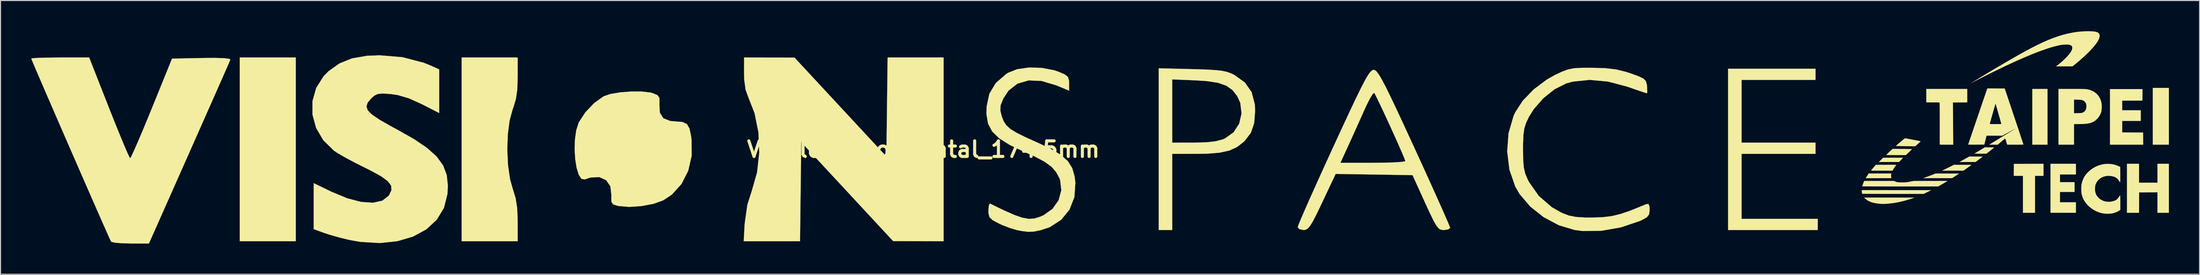
<source format=kicad_pcb>
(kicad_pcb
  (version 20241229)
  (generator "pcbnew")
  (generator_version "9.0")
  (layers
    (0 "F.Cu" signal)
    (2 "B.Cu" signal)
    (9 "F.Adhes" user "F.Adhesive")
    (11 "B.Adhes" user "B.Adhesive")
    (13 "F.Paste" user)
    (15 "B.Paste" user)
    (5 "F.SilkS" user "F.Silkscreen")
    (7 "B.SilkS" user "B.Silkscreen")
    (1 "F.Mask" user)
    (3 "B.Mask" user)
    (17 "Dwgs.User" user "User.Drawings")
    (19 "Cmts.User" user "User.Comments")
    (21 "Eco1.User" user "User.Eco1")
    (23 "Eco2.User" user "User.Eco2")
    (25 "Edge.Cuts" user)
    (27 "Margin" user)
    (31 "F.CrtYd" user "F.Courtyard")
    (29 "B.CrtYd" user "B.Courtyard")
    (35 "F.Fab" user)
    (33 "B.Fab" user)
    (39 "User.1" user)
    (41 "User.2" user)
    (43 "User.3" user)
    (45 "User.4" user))
  (footprint "VST_logo_horizontal_174.5mm"
    (layer "F.Cu")
    (at 87.153 11.548)
    (property "Reference" "VST_logo_horizontal_174.5mm" (at 0 0 0) (layer "F.SilkS") (effects (font (size 1.524 1.524) (thickness 0.3))))
    (attr through_hole)
    (fp_poly (pts (xy 102.328 -6.46) (xy 102.32 -6.452) (xy 102.311 -6.46) (xy 102.32 -6.469)) (stroke (width 0) (type solid)) (fill yes) (layer "F.SilkS"))
    (fp_poly (pts (xy -61.31 8.978) (xy -66.784 8.978) (xy -66.784 -8.978) (xy -61.31 -8.978) (xy -61.31 8.978)) (stroke (width 0.01) (type solid)) (fill yes) (layer "F.SilkS"))
    (fp_poly (pts (xy 95.51 1.024) (xy 95.309 1.235) (xy 94.319 1.235) (xy 93.328 1.236) (xy 93.541 1.024) (xy 93.754 0.813) (xy 94.732 0.813) (xy 95.71 0.813)) (stroke (width 0) (type solid)) (fill yes) (layer "F.SilkS"))
    (fp_poly (pts (xy 109.813 -3.183) (xy 109.813 -0.457) (xy 109.068 -0.457) (xy 108.323 -0.457) (xy 108.323 -3.183) (xy 108.323 -5.91) (xy 109.068 -5.91) (xy 109.813 -5.91)) (stroke (width 0) (type solid)) (fill yes) (layer "F.SilkS"))
    (fp_poly (pts (xy 121.666 -3.234) (xy 121.666 -0.457) (xy 120.879 -0.457) (xy 120.091 -0.457) (xy 120.091 -3.234) (xy 120.091 -6.011) (xy 120.879 -6.011) (xy 121.666 -6.011)) (stroke (width 0) (type solid)) (fill yes) (layer "F.SilkS"))
    (fp_poly (pts (xy 87.148 -6.788) (xy 79.922 -6.788) (xy 79.922 -0.657) (xy 87.148 -0.657) (xy 87.148 0.438) (xy 79.922 0.438) (xy 79.922 6.788) (xy 87.367 6.788) (xy 87.367 7.883) (xy 78.609 7.883) (xy 78.609 -7.883) (xy 87.148 -7.883) (xy 87.148 -6.788)) (stroke (width 0.01) (type solid)) (fill yes) (layer "F.SilkS"))
    (fp_poly (pts (xy 102.831 0.698) (xy 103.487 0.703) (xy 103.134 0.969) (xy 102.781 1.236) (xy 101.992 1.236) (xy 101.202 1.235) (xy 101.287 1.188) (xy 101.324 1.166) (xy 101.387 1.132) (xy 101.469 1.086) (xy 101.565 1.032) (xy 101.672 0.973) (xy 101.773 0.917) (xy 102.175 0.694)) (stroke (width 0) (type solid)) (fill yes) (layer "F.SilkS"))
    (fp_poly (pts (xy 109.423 1.998) (xy 109.423 2.591) (xy 109.008 2.591) (xy 108.593 2.591) (xy 108.593 4.394) (xy 108.593 6.198) (xy 108.001 6.198) (xy 107.408 6.198) (xy 107.408 4.394) (xy 107.408 2.591) (xy 106.959 2.591) (xy 106.51 2.591) (xy 106.515 2.002) (xy 106.519 1.414) (xy 107.971 1.41) (xy 109.423 1.405)) (stroke (width 0) (type solid)) (fill yes) (layer "F.SilkS"))
    (fp_poly (pts (xy -39.633 -7.062) (xy -39.671 -5.869) (xy -39.803 -4.939) (xy -40.054 -4.099) (xy -40.116 -3.941) (xy -40.419 -2.843) (xy -40.597 -1.466) (xy -40.649 0.048) (xy -40.576 1.559) (xy -40.377 2.924) (xy -40.124 3.824) (xy -39.836 4.756) (xy -39.682 5.738) (xy -39.633 6.955) (xy -39.633 7.054) (xy -39.633 8.978) (xy -45.107 8.978) (xy -45.107 -8.978) (xy -39.633 -8.978) (xy -39.633 -7.062)) (stroke (width 0.01) (type solid)) (fill yes) (layer "F.SilkS"))
    (fp_poly (pts (xy 112.59 1.93) (xy 112.59 2.455) (xy 111.811 2.455) (xy 111.032 2.455) (xy 111.032 2.828) (xy 111.032 3.2) (xy 111.743 3.2) (xy 112.454 3.2) (xy 112.454 3.683) (xy 112.454 4.166) (xy 111.743 4.166) (xy 111.032 4.166) (xy 111.032 4.665) (xy 111.032 5.165) (xy 111.811 5.165) (xy 112.59 5.165) (xy 112.59 5.681) (xy 112.59 6.198) (xy 111.345 6.198) (xy 110.101 6.198) (xy 110.101 3.802) (xy 110.101 1.405) (xy 111.345 1.405) (xy 112.59 1.405)) (stroke (width 0) (type solid)) (fill yes) (layer "F.SilkS"))
    (fp_poly (pts (xy 118.753 2.328) (xy 118.753 3.251) (xy 119.651 3.251) (xy 120.548 3.251) (xy 120.548 2.328) (xy 120.548 1.405) (xy 121.107 1.405) (xy 121.666 1.405) (xy 121.666 3.802) (xy 121.666 6.198) (xy 121.107 6.198) (xy 120.548 6.198) (xy 120.548 5.198) (xy 120.548 4.199) (xy 119.655 4.204) (xy 118.762 4.208) (xy 118.758 5.203) (xy 118.753 6.198) (xy 118.161 6.198) (xy 117.568 6.198) (xy 117.568 3.802) (xy 117.568 1.405) (xy 118.161 1.405) (xy 118.753 1.405)) (stroke (width 0) (type solid)) (fill yes) (layer "F.SilkS"))
    (fp_poly (pts (xy 119.088 -5.33) (xy 119.084 -4.767) (xy 118.097 -4.762) (xy 117.111 -4.758) (xy 117.111 -4.292) (xy 117.111 -3.827) (xy 118.017 -3.827) (xy 118.923 -3.827) (xy 118.923 -3.302) (xy 118.923 -2.777) (xy 118.017 -2.777) (xy 117.111 -2.777) (xy 117.111 -2.218) (xy 117.111 -1.66) (xy 118.131 -1.655) (xy 119.151 -1.651) (xy 119.156 -1.054) (xy 119.16 -0.457) (xy 117.534 -0.457) (xy 115.909 -0.457) (xy 115.909 -3.175) (xy 115.909 -5.893) (xy 117.501 -5.893) (xy 119.093 -5.893)) (stroke (width 0) (type solid)) (fill yes) (layer "F.SilkS"))
    (fp_poly (pts (xy 1.971 8.978) (xy -2.956 8.964) (xy -11.934 -0.711) (xy -11.993 4.133) (xy -12.051 8.978) (xy -17.551 8.978) (xy -17.46 7.281) (xy -17.195 5.408) (xy -16.762 4.051) (xy -16.247 2.252) (xy -16.033 0.307) (xy -16.115 -1.661) (xy -16.489 -3.528) (xy -17.077 -5.032) (xy -17.369 -5.825) (xy -17.502 -6.813) (xy -17.517 -7.436) (xy -17.517 -8.978) (xy -15.054 -8.974) (xy -12.591 -8.971) (xy -8.102 -4.135) (xy -3.613 0.701) (xy -3.554 -4.138) (xy -3.495 -8.978) (xy 1.971 -8.978) (xy 1.971 8.978)) (stroke (width 0.01) (type solid)) (fill yes) (layer "F.SilkS"))
    (fp_poly (pts (xy 95.059 3.981) (xy 98.459 3.982) (xy 98.086 4.167) (xy 97.714 4.351) (xy 94.713 4.351) (xy 94.397 4.351) (xy 94.09 4.351) (xy 93.794 4.351) (xy 93.51 4.351) (xy 93.241 4.35) (xy 92.988 4.349) (xy 92.752 4.349) (xy 92.536 4.348) (xy 92.341 4.347) (xy 92.168 4.346) (xy 92.021 4.345) (xy 91.899 4.344) (xy 91.806 4.342) (xy 91.742 4.341) (xy 91.709 4.34) (xy 91.705 4.339) (xy 91.695 4.31) (xy 91.685 4.259) (xy 91.674 4.194) (xy 91.665 4.128) (xy 91.661 4.071) (xy 91.66 4.052) (xy 91.66 3.979)) (stroke (width 0) (type solid)) (fill yes) (layer "F.SilkS"))
    (fp_poly (pts (xy 101.696 1.506) (xy 101.852 1.506) (xy 101.995 1.506) (xy 102.12 1.507) (xy 102.225 1.508) (xy 102.307 1.509) (xy 102.363 1.51) (xy 102.388 1.511) (xy 102.389 1.512) (xy 102.378 1.523) (xy 102.341 1.55) (xy 102.284 1.593) (xy 102.21 1.647) (xy 102.121 1.711) (xy 102.021 1.782) (xy 101.995 1.8) (xy 101.594 2.083) (xy 100.543 2.083) (xy 99.492 2.083) (xy 99.737 1.967) (xy 99.83 1.923) (xy 99.944 1.868) (xy 100.069 1.807) (xy 100.197 1.744) (xy 100.317 1.684) (xy 100.33 1.678) (xy 100.676 1.505) (xy 101.53 1.505)) (stroke (width 0) (type solid)) (fill yes) (layer "F.SilkS"))
    (fp_poly (pts (xy 94.353 4.708) (xy 96.816 4.709) (xy 96.681 4.76) (xy 96.581 4.796) (xy 96.456 4.838) (xy 96.313 4.883) (xy 96.159 4.929) (xy 96.003 4.975) (xy 95.851 5.018) (xy 95.712 5.055) (xy 95.682 5.063) (xy 95.196 5.173) (xy 94.724 5.253) (xy 94.262 5.305) (xy 94.099 5.317) (xy 93.968 5.324) (xy 93.861 5.329) (xy 93.767 5.331) (xy 93.677 5.33) (xy 93.579 5.326) (xy 93.465 5.319) (xy 93.418 5.316) (xy 93.143 5.287) (xy 92.885 5.24) (xy 92.647 5.176) (xy 92.432 5.095) (xy 92.241 4.998) (xy 92.078 4.886) (xy 91.974 4.793) (xy 91.89 4.707)) (stroke (width 0) (type solid)) (fill yes) (layer "F.SilkS"))
    (fp_poly (pts (xy 95.45 -0.047) (xy 95.617 -0.046) (xy 95.779 -0.045) (xy 95.933 -0.043) (xy 96.073 -0.041) (xy 96.197 -0.039) (xy 96.298 -0.037) (xy 96.373 -0.035) (xy 96.405 -0.034) (xy 96.586 -0.025) (xy 96.283 0.267) (xy 95.979 0.559) (xy 95.014 0.559) (xy 94.836 0.559) (xy 94.669 0.558) (xy 94.516 0.558) (xy 94.379 0.557) (xy 94.262 0.555) (xy 94.167 0.554) (xy 94.098 0.553) (xy 94.058 0.551) (xy 94.048 0.55) (xy 94.06 0.535) (xy 94.095 0.499) (xy 94.151 0.444) (xy 94.226 0.372) (xy 94.317 0.285) (xy 94.423 0.185) (xy 94.527 0.087) (xy 94.677 -0.052)) (stroke (width 0) (type solid)) (fill yes) (layer "F.SilkS"))
    (fp_poly (pts (xy 100.031 2.358) (xy 101.185 2.362) (xy 100.839 2.587) (xy 100.492 2.811) (xy 99.272 2.812) (xy 99.067 2.812) (xy 98.867 2.812) (xy 98.676 2.812) (xy 98.497 2.813) (xy 98.334 2.813) (xy 98.189 2.814) (xy 98.067 2.814) (xy 97.969 2.815) (xy 97.9 2.815) (xy 97.87 2.816) (xy 97.797 2.817) (xy 97.737 2.816) (xy 97.699 2.814) (xy 97.689 2.811) (xy 97.704 2.803) (xy 97.746 2.786) (xy 97.809 2.762) (xy 97.888 2.733) (xy 97.947 2.712) (xy 98.048 2.676) (xy 98.169 2.631) (xy 98.301 2.581) (xy 98.432 2.53) (xy 98.541 2.488) (xy 98.876 2.353)) (stroke (width 0) (type solid)) (fill yes) (layer "F.SilkS"))
    (fp_poly (pts (xy 104.14 -0.202) (xy 104.261 -0.201) (xy 104.369 -0.199) (xy 104.462 -0.197) (xy 104.533 -0.194) (xy 104.58 -0.19) (xy 104.597 -0.187) (xy 104.597 -0.187) (xy 104.584 -0.173) (xy 104.549 -0.142) (xy 104.493 -0.094) (xy 104.42 -0.035) (xy 104.335 0.035) (xy 104.24 0.112) (xy 104.223 0.125) (xy 103.849 0.423) (xy 103.258 0.423) (xy 103.12 0.423) (xy 102.994 0.422) (xy 102.883 0.422) (xy 102.791 0.42) (xy 102.722 0.419) (xy 102.679 0.417) (xy 102.667 0.415) (xy 102.681 0.404) (xy 102.718 0.38) (xy 102.773 0.346) (xy 102.832 0.311) (xy 102.896 0.273) (xy 102.982 0.221) (xy 103.083 0.161) (xy 103.192 0.095) (xy 103.302 0.028) (xy 103.34 0.005) (xy 103.683 -0.205)) (stroke (width 0) (type solid)) (fill yes) (layer "F.SilkS"))
    (fp_poly (pts (xy 96.653 -0.948) (xy 96.808 -0.919) (xy 96.954 -0.891) (xy 97.085 -0.866) (xy 97.2 -0.844) (xy 97.294 -0.825) (xy 97.365 -0.811) (xy 97.408 -0.801) (xy 97.421 -0.798) (xy 97.412 -0.784) (xy 97.381 -0.751) (xy 97.332 -0.703) (xy 97.268 -0.643) (xy 97.192 -0.574) (xy 97.161 -0.546) (xy 96.889 -0.304) (xy 96.277 -0.309) (xy 96.117 -0.31) (xy 95.952 -0.312) (xy 95.788 -0.314) (xy 95.632 -0.316) (xy 95.492 -0.318) (xy 95.375 -0.32) (xy 95.324 -0.322) (xy 94.983 -0.33) (xy 95.136 -0.466) (xy 95.222 -0.54) (xy 95.316 -0.622) (xy 95.415 -0.706) (xy 95.514 -0.788) (xy 95.607 -0.866) (xy 95.691 -0.934) (xy 95.761 -0.99) (xy 95.811 -1.028) (xy 95.823 -1.036) (xy 95.896 -1.087)) (stroke (width 0) (type solid)) (fill yes) (layer "F.SilkS"))
    (fp_poly (pts (xy 94.55 2.392) (xy 94.533 2.495) (xy 94.529 2.602) (xy 94.538 2.697) (xy 94.544 2.722) (xy 94.557 2.773) (xy 94.56 2.8) (xy 94.551 2.809) (xy 94.532 2.811) (xy 94.51 2.811) (xy 94.456 2.811) (xy 94.374 2.812) (xy 94.267 2.812) (xy 94.137 2.812) (xy 93.986 2.813) (xy 93.819 2.813) (xy 93.637 2.814) (xy 93.444 2.815) (xy 93.273 2.815) (xy 93.073 2.816) (xy 92.883 2.816) (xy 92.706 2.817) (xy 92.544 2.817) (xy 92.401 2.817) (xy 92.278 2.817) (xy 92.179 2.816) (xy 92.106 2.816) (xy 92.062 2.815) (xy 92.05 2.815) (xy 92.052 2.807) (xy 92.062 2.79) (xy 92.082 2.758) (xy 92.113 2.709) (xy 92.157 2.639) (xy 92.218 2.544) (xy 92.218 2.544) (xy 92.341 2.354) (xy 93.45 2.354) (xy 94.559 2.354)) (stroke (width 0) (type solid)) (fill yes) (layer "F.SilkS"))
    (fp_poly (pts (xy 94.67 1.503) (xy 94.811 1.504) (xy 94.919 1.506) (xy 94.993 1.509) (xy 95.033 1.513) (xy 95.041 1.516) (xy 95.028 1.536) (xy 95 1.576) (xy 94.96 1.63) (xy 94.926 1.677) (xy 94.869 1.755) (xy 94.81 1.842) (xy 94.759 1.923) (xy 94.742 1.951) (xy 94.666 2.082) (xy 93.61 2.083) (xy 93.394 2.083) (xy 93.211 2.082) (xy 93.056 2.082) (xy 92.928 2.082) (xy 92.824 2.081) (xy 92.742 2.079) (xy 92.679 2.078) (xy 92.633 2.075) (xy 92.602 2.072) (xy 92.584 2.069) (xy 92.575 2.064) (xy 92.573 2.059) (xy 92.576 2.053) (xy 92.598 2.025) (xy 92.638 1.977) (xy 92.69 1.915) (xy 92.749 1.845) (xy 92.811 1.772) (xy 92.871 1.701) (xy 92.924 1.64) (xy 92.964 1.593) (xy 92.976 1.579) (xy 93.04 1.507) (xy 94.044 1.503) (xy 94.286 1.502) (xy 94.495 1.502)) (stroke (width 0) (type solid)) (fill yes) (layer "F.SilkS"))
    (fp_poly (pts (xy 26.221 -7.844) (xy 27.524 -7.805) (xy 28.477 -7.753) (xy 29.167 -7.678) (xy 29.682 -7.566) (xy 30.11 -7.406) (xy 30.374 -7.276) (xy 31.404 -6.538) (xy 32.063 -5.595) (xy 32.374 -4.406) (xy 32.407 -3.77) (xy 32.311 -2.561) (xy 31.994 -1.629) (xy 31.41 -0.852) (xy 31.275 -0.722) (xy 30.632 -0.226) (xy 29.885 0.114) (xy 28.947 0.322) (xy 27.725 0.421) (xy 26.721 0.438) (xy 24.305 0.438) (xy 24.305 7.883) (xy 22.991 7.883) (xy 22.991 -0.657) (xy 24.305 -0.657) (xy 26.44 -0.662) (xy 27.648 -0.693) (xy 28.535 -0.79) (xy 29.216 -0.969) (xy 29.467 -1.072) (xy 30.304 -1.672) (xy 30.852 -2.52) (xy 31.08 -3.51) (xy 30.958 -4.535) (xy 30.664 -5.19) (xy 30.197 -5.793) (xy 29.597 -6.221) (xy 28.784 -6.505) (xy 27.68 -6.675) (xy 26.55 -6.747) (xy 24.305 -6.838) (xy 24.305 -0.657) (xy 22.991 -0.657) (xy 22.991 -7.923) (xy 26.221 -7.844)) (stroke (width 0.01) (type solid)) (fill yes) (layer "F.SilkS"))
    (fp_poly (pts (xy -27.511 -5.653) (xy -26.677 -5.557) (xy -26.463 -5.5) (xy -25.975 -5.298) (xy -25.785 -5.022) (xy -25.786 -4.503) (xy -25.792 -4.433) (xy -25.747 -3.587) (xy -25.406 -3.046) (xy -24.736 -2.776) (xy -24.202 -2.73) (xy -23.528 -2.674) (xy -23.105 -2.478) (xy -22.854 -2.052) (xy -22.697 -1.308) (xy -22.65 -0.962) (xy -22.636 0.619) (xy -22.974 2.091) (xy -23.631 3.382) (xy -24.574 4.422) (xy -25.406 4.973) (xy -26.357 5.317) (xy -27.537 5.541) (xy -28.747 5.622) (xy -29.79 5.534) (xy -29.889 5.512) (xy -30.308 5.373) (xy -30.48 5.128) (xy -30.488 4.628) (xy -30.477 4.481) (xy -30.575 3.613) (xy -30.987 3.012) (xy -31.653 2.711) (xy -32.516 2.747) (xy -33.087 2.936) (xy -33.405 2.88) (xy -33.671 2.473) (xy -33.876 1.799) (xy -34.011 0.945) (xy -34.068 -0.006) (xy -34.038 -0.968) (xy -33.913 -1.857) (xy -33.684 -2.587) (xy -33.654 -2.651) (xy -33.012 -3.633) (xy -32.15 -4.536) (xy -31.233 -5.19) (xy -31.216 -5.198) (xy -30.549 -5.418) (xy -29.604 -5.574) (xy -28.539 -5.655) (xy -27.511 -5.653)) (stroke (width 0.01) (type solid)) (fill yes) (layer "F.SilkS"))
    (fp_poly (pts (xy -79.558 -4.058) (xy -79.014 -2.689) (xy -78.518 -1.466) (xy -78.094 -0.445) (xy -77.765 0.319) (xy -77.554 0.77) (xy -77.489 0.868) (xy -77.372 0.677) (xy -77.118 0.133) (xy -76.748 -0.705) (xy -76.289 -1.784) (xy -75.763 -3.048) (xy -75.376 -3.996) (xy -73.397 -8.868) (xy -70.508 -8.929) (xy -69.28 -8.94) (xy -68.377 -8.916) (xy -67.838 -8.858) (xy -67.695 -8.779) (xy -67.797 -8.54) (xy -68.058 -7.943) (xy -68.46 -7.029) (xy -68.986 -5.838) (xy -69.616 -4.414) (xy -70.332 -2.797) (xy -71.115 -1.029) (xy -71.711 0.314) (xy -75.653 9.195) (xy -77.446 9.196) (xy -78.288 9.176) (xy -78.948 9.121) (xy -79.315 9.043) (xy -79.351 9.016) (xy -79.466 8.774) (xy -79.73 8.184) (xy -80.124 7.296) (xy -80.625 6.159) (xy -81.211 4.823) (xy -81.862 3.337) (xy -82.555 1.751) (xy -83.269 0.114) (xy -83.982 -1.525) (xy -84.674 -3.115) (xy -85.321 -4.607) (xy -85.903 -5.952) (xy -86.398 -7.1) (xy -86.785 -8.002) (xy -87.042 -8.609) (xy -87.147 -8.87) (xy -87.148 -8.876) (xy -86.943 -8.914) (xy -86.381 -8.945) (xy -85.545 -8.967) (xy -84.515 -8.977) (xy -84.32 -8.978) (xy -81.492 -8.978) (xy -79.558 -4.058)) (stroke (width 0.01) (type solid)) (fill yes) (layer "F.SilkS"))
    (fp_poly (pts (xy 94.903 3.125) (xy 94.979 3.156) (xy 95.05 3.181) (xy 95.123 3.199) (xy 95.203 3.211) (xy 95.298 3.219) (xy 95.412 3.223) (xy 95.553 3.225) (xy 95.589 3.225) (xy 95.749 3.224) (xy 95.889 3.219) (xy 96.018 3.209) (xy 96.146 3.195) (xy 96.281 3.173) (xy 96.433 3.144) (xy 96.537 3.123) (xy 96.732 3.082) (xy 98.391 3.082) (xy 100.051 3.083) (xy 99.966 3.136) (xy 99.928 3.159) (xy 99.865 3.196) (xy 99.784 3.245) (xy 99.689 3.301) (xy 99.585 3.362) (xy 99.509 3.406) (xy 99.136 3.624) (xy 95.424 3.624) (xy 95.072 3.624) (xy 94.729 3.623) (xy 94.396 3.623) (xy 94.076 3.623) (xy 93.769 3.622) (xy 93.478 3.622) (xy 93.203 3.621) (xy 92.947 3.62) (xy 92.71 3.619) (xy 92.494 3.618) (xy 92.302 3.617) (xy 92.134 3.616) (xy 91.991 3.615) (xy 91.876 3.614) (xy 91.79 3.613) (xy 91.735 3.612) (xy 91.712 3.61) (xy 91.711 3.61) (xy 91.716 3.585) (xy 91.731 3.536) (xy 91.753 3.471) (xy 91.779 3.396) (xy 91.807 3.319) (xy 91.833 3.249) (xy 91.856 3.191) (xy 91.858 3.188) (xy 91.902 3.082) (xy 93.354 3.082) (xy 94.806 3.082)) (stroke (width 0) (type solid)) (fill yes) (layer "F.SilkS"))
    (fp_poly (pts (xy 99.97 -5.91) (xy 101.973 -5.91) (xy 101.973 -5.25) (xy 101.973 -4.589) (xy 101.274 -4.585) (xy 100.576 -4.58) (xy 100.58 -3.59) (xy 100.581 -3.376) (xy 100.582 -3.136) (xy 100.584 -2.877) (xy 100.586 -2.608) (xy 100.588 -2.336) (xy 100.59 -2.069) (xy 100.592 -1.814) (xy 100.594 -1.58) (xy 100.595 -1.528) (xy 100.606 -0.457) (xy 99.943 -0.457) (xy 99.768 -0.457) (xy 99.625 -0.458) (xy 99.511 -0.459) (xy 99.423 -0.461) (xy 99.358 -0.464) (xy 99.314 -0.468) (xy 99.289 -0.472) (xy 99.28 -0.477) (xy 99.28 -0.478) (xy 99.28 -0.498) (xy 99.28 -0.549) (xy 99.28 -0.63) (xy 99.28 -0.738) (xy 99.28 -0.872) (xy 99.28 -1.029) (xy 99.28 -1.207) (xy 99.28 -1.404) (xy 99.28 -1.619) (xy 99.28 -1.848) (xy 99.28 -2.09) (xy 99.28 -2.343) (xy 99.28 -2.517) (xy 99.28 -2.776) (xy 99.28 -3.026) (xy 99.279 -3.265) (xy 99.279 -3.49) (xy 99.278 -3.699) (xy 99.277 -3.891) (xy 99.276 -4.063) (xy 99.275 -4.213) (xy 99.274 -4.339) (xy 99.273 -4.439) (xy 99.272 -4.511) (xy 99.271 -4.552) (xy 99.27 -4.562) (xy 99.264 -4.569) (xy 99.251 -4.575) (xy 99.227 -4.579) (xy 99.189 -4.583) (xy 99.135 -4.585) (xy 99.06 -4.587) (xy 98.962 -4.588) (xy 98.838 -4.589) (xy 98.684 -4.589) (xy 98.614 -4.589) (xy 97.968 -4.589) (xy 97.968 -5.249) (xy 97.968 -5.91)) (stroke (width 0) (type solid)) (fill yes) (layer "F.SilkS"))
    (fp_poly (pts (xy -50.873 -9.006) (xy -48.799 -8.462) (xy -48.118 -8.185) (xy -47.297 -7.816) (xy -47.297 -3.55) (xy -48.996 -4.419) (xy -50.25 -4.987) (xy -51.344 -5.308) (xy -52.043 -5.409) (xy -52.811 -5.461) (xy -53.294 -5.419) (xy -53.643 -5.248) (xy -53.954 -4.968) (xy -54.294 -4.557) (xy -54.409 -4.181) (xy -54.267 -3.8) (xy -53.835 -3.376) (xy -53.08 -2.869) (xy -51.97 -2.239) (xy -51.446 -1.958) (xy -49.772 -1.014) (xy -48.483 -0.142) (xy -47.543 0.705) (xy -46.915 1.572) (xy -46.563 2.506) (xy -46.451 3.554) (xy -46.495 4.367) (xy -46.836 5.719) (xy -47.537 6.875) (xy -48.557 7.815) (xy -49.854 8.521) (xy -51.388 8.973) (xy -53.118 9.153) (xy -55.002 9.04) (xy -56.053 8.854) (xy -57.001 8.624) (xy -57.957 8.354) (xy -58.517 8.171) (xy -59.559 7.796) (xy -59.559 3.3) (xy -57.806 4.148) (xy -56.284 4.78) (xy -54.924 5.136) (xy -53.768 5.215) (xy -52.858 5.014) (xy -52.234 4.531) (xy -52.185 4.461) (xy -51.963 3.981) (xy -51.995 3.544) (xy -52.317 3.108) (xy -52.964 2.632) (xy -53.975 2.076) (xy -54.567 1.784) (xy -55.561 1.286) (xy -56.486 0.791) (xy -57.223 0.364) (xy -57.584 0.124) (xy -58.626 -0.9) (xy -59.325 -2.098) (xy -59.677 -3.395) (xy -59.677 -4.718) (xy -59.319 -5.992) (xy -58.598 -7.143) (xy -58.102 -7.647) (xy -57.034 -8.404) (xy -55.814 -8.894) (xy -54.353 -9.145) (xy -53.114 -9.194) (xy -50.873 -9.006)) (stroke (width 0.01) (type solid)) (fill yes) (layer "F.SilkS"))
    (fp_poly (pts (xy 11.57 -7.964) (xy 12.785 -7.729) (xy 13.193 -7.591) (xy 13.813 -7.324) (xy 14.121 -7.073) (xy 14.225 -6.722) (xy 14.233 -6.466) (xy 14.233 -5.742) (xy 12.974 -6.26) (xy 11.541 -6.688) (xy 10.269 -6.74) (xy 9.185 -6.421) (xy 8.314 -5.74) (xy 7.8 -4.957) (xy 7.544 -4.319) (xy 7.519 -3.783) (xy 7.634 -3.299) (xy 7.821 -2.789) (xy 8.083 -2.373) (xy 8.49 -2) (xy 9.108 -1.618) (xy 10.008 -1.174) (xy 11.06 -0.704) (xy 12.425 -0.061) (xy 13.421 0.535) (xy 14.107 1.144) (xy 14.538 1.827) (xy 14.773 2.643) (xy 14.847 3.276) (xy 14.749 4.668) (xy 14.27 5.891) (xy 13.45 6.888) (xy 12.331 7.606) (xy 11.455 7.897) (xy 10.79 8.031) (xy 10.25 8.058) (xy 9.617 7.98) (xy 9.188 7.9) (xy 8.518 7.709) (xy 7.719 7.402) (xy 7.382 7.248) (xy 6.771 6.923) (xy 6.464 6.636) (xy 6.359 6.26) (xy 6.35 5.984) (xy 6.39 5.502) (xy 6.49 5.297) (xy 6.514 5.3) (xy 7.847 5.949) (xy 8.871 6.402) (xy 9.66 6.678) (xy 10.29 6.791) (xy 10.836 6.758) (xy 11.373 6.595) (xy 11.741 6.432) (xy 12.618 5.81) (xy 13.21 4.966) (xy 13.473 4.001) (xy 13.364 3.017) (xy 13.288 2.814) (xy 12.96 2.204) (xy 12.503 1.687) (xy 11.84 1.207) (xy 10.895 0.706) (xy 9.882 0.251) (xy 8.459 -0.419) (xy 7.421 -1.067) (xy 6.723 -1.745) (xy 6.318 -2.51) (xy 6.161 -3.416) (xy 6.174 -4.174) (xy 6.445 -5.441) (xy 7.076 -6.491) (xy 8.095 -7.372) (xy 8.261 -7.479) (xy 9.163 -7.836) (xy 10.314 -7.999) (xy 11.57 -7.964)) (stroke (width 0.01) (type solid)) (fill yes) (layer "F.SilkS"))
    (fp_poly (pts (xy 66.624 -7.933) (xy 67.632 -7.816) (xy 68.557 -7.596) (xy 69.084 -7.427) (xy 69.874 -7.141) (xy 70.339 -6.914) (xy 70.572 -6.675) (xy 70.666 -6.352) (xy 70.685 -6.186) (xy 70.713 -5.703) (xy 70.69 -5.479) (xy 70.685 -5.477) (xy 70.462 -5.546) (xy 69.923 -5.727) (xy 69.164 -5.989) (xy 68.755 -6.131) (xy 66.878 -6.627) (xy 65.075 -6.792) (xy 63.429 -6.622) (xy 62.785 -6.443) (xy 61.658 -5.875) (xy 60.56 -4.998) (xy 59.621 -3.928) (xy 59.166 -3.202) (xy 58.88 -2.607) (xy 58.704 -2.058) (xy 58.612 -1.415) (xy 58.578 -0.539) (xy 58.575 0) (xy 58.59 1.036) (xy 58.651 1.773) (xy 58.784 2.35) (xy 59.015 2.905) (xy 59.162 3.195) (xy 60.122 4.558) (xy 61.407 5.663) (xy 62.394 6.217) (xy 63.029 6.461) (xy 63.724 6.601) (xy 64.619 6.658) (xy 65.361 6.661) (xy 66.348 6.628) (xy 67.209 6.526) (xy 68.065 6.324) (xy 69.039 5.993) (xy 70.256 5.502) (xy 70.562 5.372) (xy 70.828 5.33) (xy 70.933 5.58) (xy 70.945 5.896) (xy 70.895 6.339) (xy 70.672 6.638) (xy 70.17 6.915) (xy 69.964 7.005) (xy 68.13 7.622) (xy 66.237 7.954) (xy 64.425 7.981) (xy 63.642 7.883) (xy 62.085 7.418) (xy 60.598 6.629) (xy 59.284 5.589) (xy 58.245 4.373) (xy 57.823 3.645) (xy 57.248 1.987) (xy 57.028 0.201) (xy 57.164 -1.595) (xy 57.656 -3.28) (xy 57.805 -3.609) (xy 58.555 -4.762) (xy 59.628 -5.871) (xy 60.91 -6.829) (xy 61.705 -7.275) (xy 62.412 -7.607) (xy 62.989 -7.816) (xy 63.578 -7.929) (xy 64.32 -7.972) (xy 65.357 -7.974) (xy 66.624 -7.933)) (stroke (width 0.01) (type solid)) (fill yes) (layer "F.SilkS"))
    (fp_poly (pts (xy 44.126 -7.732) (xy 44.295 -7.584) (xy 44.508 -7.294) (xy 44.785 -6.826) (xy 45.144 -6.144) (xy 45.603 -5.212) (xy 46.183 -3.995) (xy 46.9 -2.456) (xy 47.774 -0.561) (xy 47.959 -0.158) (xy 48.741 1.549) (xy 49.461 3.133) (xy 50.101 4.55) (xy 50.64 5.755) (xy 51.058 6.704) (xy 51.337 7.353) (xy 51.454 7.656) (xy 51.457 7.67) (xy 51.268 7.823) (xy 50.84 7.883) (xy 50.579 7.857) (xy 50.354 7.739) (xy 50.121 7.464) (xy 49.838 6.971) (xy 49.461 6.197) (xy 49.003 5.2) (xy 47.782 2.518) (xy 40.272 2.398) (xy 38.978 5.14) (xy 38.451 6.242) (xy 38.06 7.005) (xy 37.766 7.489) (xy 37.525 7.756) (xy 37.299 7.866) (xy 37.126 7.883) (xy 36.703 7.786) (xy 36.567 7.595) (xy 36.656 7.338) (xy 36.909 6.728) (xy 37.306 5.813) (xy 37.827 4.635) (xy 38.452 3.243) (xy 39.161 1.679) (xy 39.328 1.314) (xy 40.739 1.314) (xy 43.908 1.314) (xy 45.03 1.303) (xy 45.977 1.272) (xy 46.672 1.225) (xy 47.04 1.168) (xy 47.078 1.141) (xy 46.99 0.889) (xy 46.754 0.324) (xy 46.406 -0.47) (xy 45.984 -1.412) (xy 45.526 -2.419) (xy 45.071 -3.406) (xy 44.655 -4.293) (xy 44.317 -4.994) (xy 44.095 -5.428) (xy 44.036 -5.523) (xy 43.891 -5.409) (xy 43.623 -4.972) (xy 43.279 -4.291) (xy 43.091 -3.881) (xy 42.598 -2.781) (xy 42.05 -1.562) (xy 41.555 -0.473) (xy 41.514 -0.383) (xy 40.739 1.314) (xy 39.328 1.314) (xy 39.933 -0.009) (xy 40.036 -0.233) (xy 40.938 -2.189) (xy 41.681 -3.782) (xy 42.281 -5.048) (xy 42.759 -6.022) (xy 43.133 -6.739) (xy 43.421 -7.238) (xy 43.643 -7.552) (xy 43.818 -7.718) (xy 43.964 -7.773) (xy 43.983 -7.773) (xy 44.126 -7.732)) (stroke (width 0.01) (type solid)) (fill yes) (layer "F.SilkS"))
    (fp_poly (pts (xy 112.418 -5.91) (xy 112.639 -5.909) (xy 112.832 -5.909) (xy 112.998 -5.908) (xy 113.142 -5.906) (xy 113.264 -5.904) (xy 113.369 -5.901) (xy 113.458 -5.897) (xy 113.535 -5.892) (xy 113.601 -5.885) (xy 113.66 -5.878) (xy 113.714 -5.869) (xy 113.765 -5.858) (xy 113.817 -5.846) (xy 113.872 -5.832) (xy 113.875 -5.831) (xy 114.105 -5.755) (xy 114.315 -5.652) (xy 114.504 -5.523) (xy 114.67 -5.371) (xy 114.813 -5.196) (xy 114.93 -5.001) (xy 115.021 -4.787) (xy 115.084 -4.555) (xy 115.096 -4.485) (xy 115.106 -4.391) (xy 115.111 -4.277) (xy 115.112 -4.15) (xy 115.108 -4.02) (xy 115.099 -3.894) (xy 115.087 -3.782) (xy 115.071 -3.691) (xy 115.064 -3.661) (xy 114.998 -3.483) (xy 114.906 -3.306) (xy 114.793 -3.138) (xy 114.665 -2.985) (xy 114.526 -2.853) (xy 114.41 -2.768) (xy 114.298 -2.702) (xy 114.183 -2.646) (xy 114.06 -2.599) (xy 113.927 -2.561) (xy 113.779 -2.53) (xy 113.614 -2.507) (xy 113.428 -2.49) (xy 113.217 -2.479) (xy 112.979 -2.474) (xy 112.806 -2.472) (xy 112.403 -2.472) (xy 112.403 -1.465) (xy 112.403 -0.457) (xy 111.641 -0.457) (xy 110.879 -0.457) (xy 110.879 -3.183) (xy 110.879 -4.863) (xy 112.403 -4.863) (xy 112.403 -4.199) (xy 112.403 -3.536) (xy 112.763 -3.543) (xy 112.886 -3.546) (xy 112.981 -3.549) (xy 113.053 -3.553) (xy 113.109 -3.559) (xy 113.154 -3.567) (xy 113.194 -3.577) (xy 113.233 -3.59) (xy 113.352 -3.65) (xy 113.452 -3.735) (xy 113.529 -3.84) (xy 113.572 -3.938) (xy 113.597 -4.052) (xy 113.609 -4.178) (xy 113.606 -4.303) (xy 113.588 -4.414) (xy 113.581 -4.439) (xy 113.525 -4.564) (xy 113.441 -4.67) (xy 113.334 -4.755) (xy 113.204 -4.816) (xy 113.191 -4.821) (xy 113.148 -4.831) (xy 113.088 -4.84) (xy 113.009 -4.846) (xy 112.905 -4.851) (xy 112.771 -4.855) (xy 112.755 -4.856) (xy 112.403 -4.863) (xy 110.879 -4.863) (xy 110.879 -5.91) (xy 112.165 -5.91)) (stroke (width 0) (type solid)) (fill yes) (layer "F.SilkS"))
    (fp_poly (pts (xy 114.004 -11.545) (xy 114.194 -11.537) (xy 114.355 -11.523) (xy 114.491 -11.502) (xy 114.603 -11.474) (xy 114.694 -11.437) (xy 114.768 -11.391) (xy 114.826 -11.335) (xy 114.871 -11.27) (xy 114.878 -11.256) (xy 114.904 -11.171) (xy 114.907 -11.067) (xy 114.887 -10.947) (xy 114.846 -10.815) (xy 114.844 -10.811) (xy 114.777 -10.667) (xy 114.683 -10.507) (xy 114.561 -10.331) (xy 114.415 -10.142) (xy 114.244 -9.94) (xy 114.051 -9.728) (xy 113.836 -9.505) (xy 113.6 -9.274) (xy 113.346 -9.036) (xy 113.073 -8.792) (xy 112.784 -8.543) (xy 112.479 -8.291) (xy 112.47 -8.284) (xy 112.257 -8.111) (xy 111.437 -8.111) (xy 110.617 -8.111) (xy 110.71 -8.173) (xy 110.842 -8.267) (xy 110.988 -8.383) (xy 111.143 -8.514) (xy 111.302 -8.656) (xy 111.459 -8.804) (xy 111.61 -8.953) (xy 111.749 -9.098) (xy 111.87 -9.235) (xy 111.968 -9.356) (xy 112.075 -9.509) (xy 112.154 -9.651) (xy 112.206 -9.779) (xy 112.23 -9.893) (xy 112.226 -9.992) (xy 112.194 -10.075) (xy 112.133 -10.141) (xy 112.117 -10.152) (xy 112.067 -10.178) (xy 112.001 -10.204) (xy 111.946 -10.221) (xy 111.861 -10.235) (xy 111.749 -10.243) (xy 111.618 -10.244) (xy 111.475 -10.238) (xy 111.326 -10.227) (xy 111.178 -10.209) (xy 111.046 -10.188) (xy 110.745 -10.123) (xy 110.417 -10.039) (xy 110.061 -9.935) (xy 109.678 -9.811) (xy 109.268 -9.668) (xy 108.83 -9.505) (xy 108.366 -9.323) (xy 107.875 -9.121) (xy 107.356 -8.899) (xy 106.811 -8.659) (xy 106.24 -8.398) (xy 105.642 -8.119) (xy 105.017 -7.82) (xy 104.419 -7.528) (xy 104.248 -7.443) (xy 104.064 -7.352) (xy 103.872 -7.255) (xy 103.676 -7.156) (xy 103.479 -7.057) (xy 103.285 -6.958) (xy 103.1 -6.864) (xy 102.926 -6.774) (xy 102.767 -6.692) (xy 102.628 -6.62) (xy 102.513 -6.559) (xy 102.447 -6.523) (xy 102.397 -6.497) (xy 102.363 -6.482) (xy 102.352 -6.48) (xy 102.354 -6.481) (xy 102.372 -6.494) (xy 102.417 -6.523) (xy 102.486 -6.567) (xy 102.577 -6.623) (xy 102.687 -6.691) (xy 102.814 -6.768) (xy 102.956 -6.855) (xy 103.109 -6.948) (xy 103.272 -7.047) (xy 103.442 -7.15) (xy 103.617 -7.255) (xy 103.794 -7.362) (xy 103.971 -7.468) (xy 104.145 -7.572) (xy 104.314 -7.673) (xy 104.475 -7.769) (xy 104.53 -7.801) (xy 105.012 -8.086) (xy 105.466 -8.354) (xy 105.895 -8.604) (xy 106.299 -8.837) (xy 106.679 -9.054) (xy 107.036 -9.257) (xy 107.373 -9.444) (xy 107.689 -9.618) (xy 107.986 -9.778) (xy 108.265 -9.926) (xy 108.527 -10.062) (xy 108.775 -10.186) (xy 108.839 -10.218) (xy 109.363 -10.467) (xy 109.869 -10.689) (xy 110.361 -10.883) (xy 110.839 -11.052) (xy 111.306 -11.195) (xy 111.764 -11.313) (xy 112.215 -11.406) (xy 112.66 -11.476) (xy 113.104 -11.522) (xy 113.546 -11.545) (xy 113.784 -11.548)) (stroke (width 0) (type solid)) (fill yes) (layer "F.SilkS"))
    (fp_poly (pts (xy 115.892 1.42) (xy 116.035 1.431) (xy 116.157 1.447) (xy 116.196 1.455) (xy 116.397 1.504) (xy 116.575 1.561) (xy 116.74 1.631) (xy 116.775 1.649) (xy 116.916 1.719) (xy 116.921 2.478) (xy 116.921 2.671) (xy 116.921 2.837) (xy 116.92 2.975) (xy 116.919 3.085) (xy 116.916 3.164) (xy 116.913 3.212) (xy 116.909 3.226) (xy 116.909 3.226) (xy 116.893 3.209) (xy 116.862 3.17) (xy 116.823 3.116) (xy 116.796 3.077) (xy 116.711 2.962) (xy 116.634 2.872) (xy 116.556 2.802) (xy 116.472 2.746) (xy 116.374 2.701) (xy 116.264 2.662) (xy 116.09 2.618) (xy 115.902 2.594) (xy 115.714 2.59) (xy 115.538 2.607) (xy 115.527 2.609) (xy 115.322 2.66) (xy 115.131 2.739) (xy 114.958 2.842) (xy 114.805 2.968) (xy 114.677 3.114) (xy 114.574 3.278) (xy 114.572 3.283) (xy 114.506 3.449) (xy 114.465 3.631) (xy 114.448 3.822) (xy 114.456 4.015) (xy 114.488 4.202) (xy 114.545 4.376) (xy 114.56 4.41) (xy 114.646 4.557) (xy 114.76 4.695) (xy 114.898 4.82) (xy 115.055 4.927) (xy 115.225 5.014) (xy 115.358 5.062) (xy 115.549 5.103) (xy 115.753 5.119) (xy 115.96 5.11) (xy 116.16 5.076) (xy 116.272 5.044) (xy 116.373 5.009) (xy 116.455 4.974) (xy 116.524 4.936) (xy 116.586 4.889) (xy 116.645 4.829) (xy 116.709 4.751) (xy 116.781 4.652) (xy 116.822 4.593) (xy 116.859 4.543) (xy 116.89 4.505) (xy 116.909 4.488) (xy 116.91 4.487) (xy 116.913 4.504) (xy 116.916 4.55) (xy 116.919 4.624) (xy 116.921 4.721) (xy 116.923 4.838) (xy 116.924 4.971) (xy 116.925 5.117) (xy 116.925 5.198) (xy 116.925 5.91) (xy 116.853 5.962) (xy 116.735 6.036) (xy 116.592 6.108) (xy 116.434 6.172) (xy 116.268 6.226) (xy 116.146 6.257) (xy 116.051 6.272) (xy 115.932 6.283) (xy 115.799 6.29) (xy 115.66 6.292) (xy 115.527 6.289) (xy 115.408 6.281) (xy 115.35 6.274) (xy 115.23 6.256) (xy 115.131 6.237) (xy 115.04 6.216) (xy 114.943 6.188) (xy 114.859 6.162) (xy 114.602 6.062) (xy 114.35 5.933) (xy 114.11 5.777) (xy 113.888 5.6) (xy 113.813 5.531) (xy 113.624 5.331) (xy 113.466 5.124) (xy 113.338 4.909) (xy 113.237 4.679) (xy 113.161 4.432) (xy 113.136 4.321) (xy 113.122 4.224) (xy 113.112 4.104) (xy 113.106 3.968) (xy 113.105 3.825) (xy 113.108 3.685) (xy 113.116 3.555) (xy 113.127 3.445) (xy 113.137 3.389) (xy 113.202 3.139) (xy 113.285 2.913) (xy 113.39 2.704) (xy 113.521 2.507) (xy 113.68 2.316) (xy 113.775 2.218) (xy 114.002 2.014) (xy 114.248 1.838) (xy 114.511 1.69) (xy 114.79 1.573) (xy 115.085 1.485) (xy 115.324 1.437) (xy 115.446 1.424) (xy 115.587 1.417) (xy 115.74 1.416)) (stroke (width 0) (type solid)) (fill yes) (layer "F.SilkS"))
    (fp_poly (pts (xy 104.781 -5.956) (xy 105.634 -5.952) (xy 106.546 -3.226) (xy 106.644 -2.932) (xy 106.739 -2.647) (xy 106.831 -2.372) (xy 106.919 -2.109) (xy 107.002 -1.86) (xy 107.08 -1.626) (xy 107.152 -1.408) (xy 107.218 -1.21) (xy 107.277 -1.031) (xy 107.329 -0.875) (xy 107.373 -0.742) (xy 107.408 -0.634) (xy 107.435 -0.553) (xy 107.452 -0.501) (xy 107.458 -0.479) (xy 107.458 -0.478) (xy 107.452 -0.473) (xy 107.43 -0.469) (xy 107.391 -0.465) (xy 107.332 -0.463) (xy 107.252 -0.461) (xy 107.146 -0.459) (xy 107.014 -0.458) (xy 106.853 -0.457) (xy 106.664 -0.457) (xy 105.87 -0.457) (xy 105.836 -0.563) (xy 105.817 -0.623) (xy 105.792 -0.704) (xy 105.763 -0.794) (xy 105.74 -0.869) (xy 105.714 -0.952) (xy 105.696 -1.008) (xy 105.681 -1.04) (xy 105.669 -1.053) (xy 105.657 -1.053) (xy 105.648 -1.047) (xy 105.627 -1.03) (xy 105.584 -0.995) (xy 105.522 -0.944) (xy 105.447 -0.881) (xy 105.361 -0.808) (xy 105.281 -0.741) (xy 104.944 -0.457) (xy 104.534 -0.457) (xy 104.42 -0.458) (xy 104.318 -0.458) (xy 104.233 -0.459) (xy 104.169 -0.461) (xy 104.132 -0.463) (xy 104.123 -0.464) (xy 104.137 -0.474) (xy 104.178 -0.5) (xy 104.244 -0.54) (xy 104.333 -0.595) (xy 104.442 -0.662) (xy 104.569 -0.74) (xy 104.713 -0.828) (xy 104.872 -0.925) (xy 105.043 -1.029) (xy 105.223 -1.139) (xy 105.372 -1.229) (xy 105.56 -1.343) (xy 105.74 -1.452) (xy 105.909 -1.555) (xy 106.066 -1.651) (xy 106.208 -1.738) (xy 106.334 -1.815) (xy 106.441 -1.88) (xy 106.527 -1.933) (xy 106.59 -1.972) (xy 106.627 -1.996) (xy 106.638 -2.003) (xy 106.642 -2.008) (xy 106.643 -2.01) (xy 106.636 -2.008) (xy 106.62 -2) (xy 106.592 -1.986) (xy 106.549 -1.963) (xy 106.49 -1.931) (xy 106.412 -1.888) (xy 106.312 -1.834) (xy 106.188 -1.765) (xy 106.037 -1.682) (xy 105.99 -1.657) (xy 105.411 -1.338) (xy 104.634 -1.338) (xy 103.856 -1.338) (xy 103.747 -0.902) (xy 103.638 -0.466) (xy 102.848 -0.461) (xy 102.688 -0.461) (xy 102.539 -0.461) (xy 102.404 -0.461) (xy 102.286 -0.462) (xy 102.189 -0.463) (xy 102.117 -0.465) (xy 102.072 -0.467) (xy 102.057 -0.469) (xy 102.063 -0.487) (xy 102.078 -0.534) (xy 102.104 -0.61) (xy 102.139 -0.714) (xy 102.182 -0.843) (xy 102.234 -0.995) (xy 102.294 -1.17) (xy 102.36 -1.365) (xy 102.433 -1.579) (xy 102.511 -1.81) (xy 102.584 -2.024) (xy 106.663 -2.024) (xy 106.672 -2.015) (xy 106.68 -2.024) (xy 106.672 -2.032) (xy 106.663 -2.024) (xy 102.584 -2.024) (xy 102.596 -2.057) (xy 102.596 -2.057) (xy 106.714 -2.057) (xy 106.722 -2.049) (xy 106.731 -2.057) (xy 106.722 -2.066) (xy 106.714 -2.057) (xy 102.596 -2.057) (xy 102.684 -2.318) (xy 102.746 -2.498) (xy 104.174 -2.498) (xy 104.177 -2.491) (xy 104.19 -2.485) (xy 104.215 -2.481) (xy 104.255 -2.477) (xy 104.314 -2.475) (xy 104.396 -2.474) (xy 104.502 -2.473) (xy 104.638 -2.472) (xy 104.733 -2.472) (xy 104.895 -2.473) (xy 105.026 -2.474) (xy 105.128 -2.475) (xy 105.204 -2.478) (xy 105.254 -2.482) (xy 105.283 -2.486) (xy 105.291 -2.492) (xy 105.287 -2.515) (xy 105.274 -2.565) (xy 105.254 -2.641) (xy 105.228 -2.738) (xy 105.196 -2.853) (xy 105.16 -2.983) (xy 105.121 -3.124) (xy 105.079 -3.273) (xy 105.035 -3.427) (xy 104.991 -3.581) (xy 104.947 -3.733) (xy 104.905 -3.879) (xy 104.866 -4.017) (xy 104.829 -4.141) (xy 104.797 -4.25) (xy 104.77 -4.339) (xy 104.75 -4.406) (xy 104.737 -4.446) (xy 104.732 -4.457) (xy 104.725 -4.439) (xy 104.71 -4.392) (xy 104.688 -4.318) (xy 104.66 -4.223) (xy 104.627 -4.109) (xy 104.59 -3.98) (xy 104.549 -3.839) (xy 104.506 -3.689) (xy 104.462 -3.535) (xy 104.418 -3.38) (xy 104.375 -3.227) (xy 104.333 -3.079) (xy 104.294 -2.941) (xy 104.259 -2.815) (xy 104.229 -2.706) (xy 104.204 -2.616) (xy 104.186 -2.549) (xy 104.176 -2.508) (xy 104.174 -2.498) (xy 102.746 -2.498) (xy 102.777 -2.591) (xy 102.874 -2.874) (xy 102.974 -3.167) (xy 102.993 -3.221) (xy 103.928 -5.961)) (stroke (width 0) (type solid)) (fill yes) (layer "F.SilkS")))
  (gr_rect
    (start -3 -3)
    (end 211.819 23.749)
    (stroke (width 0.1) (type default))
    (fill no)
    (layer "Edge.Cuts")))
</source>
